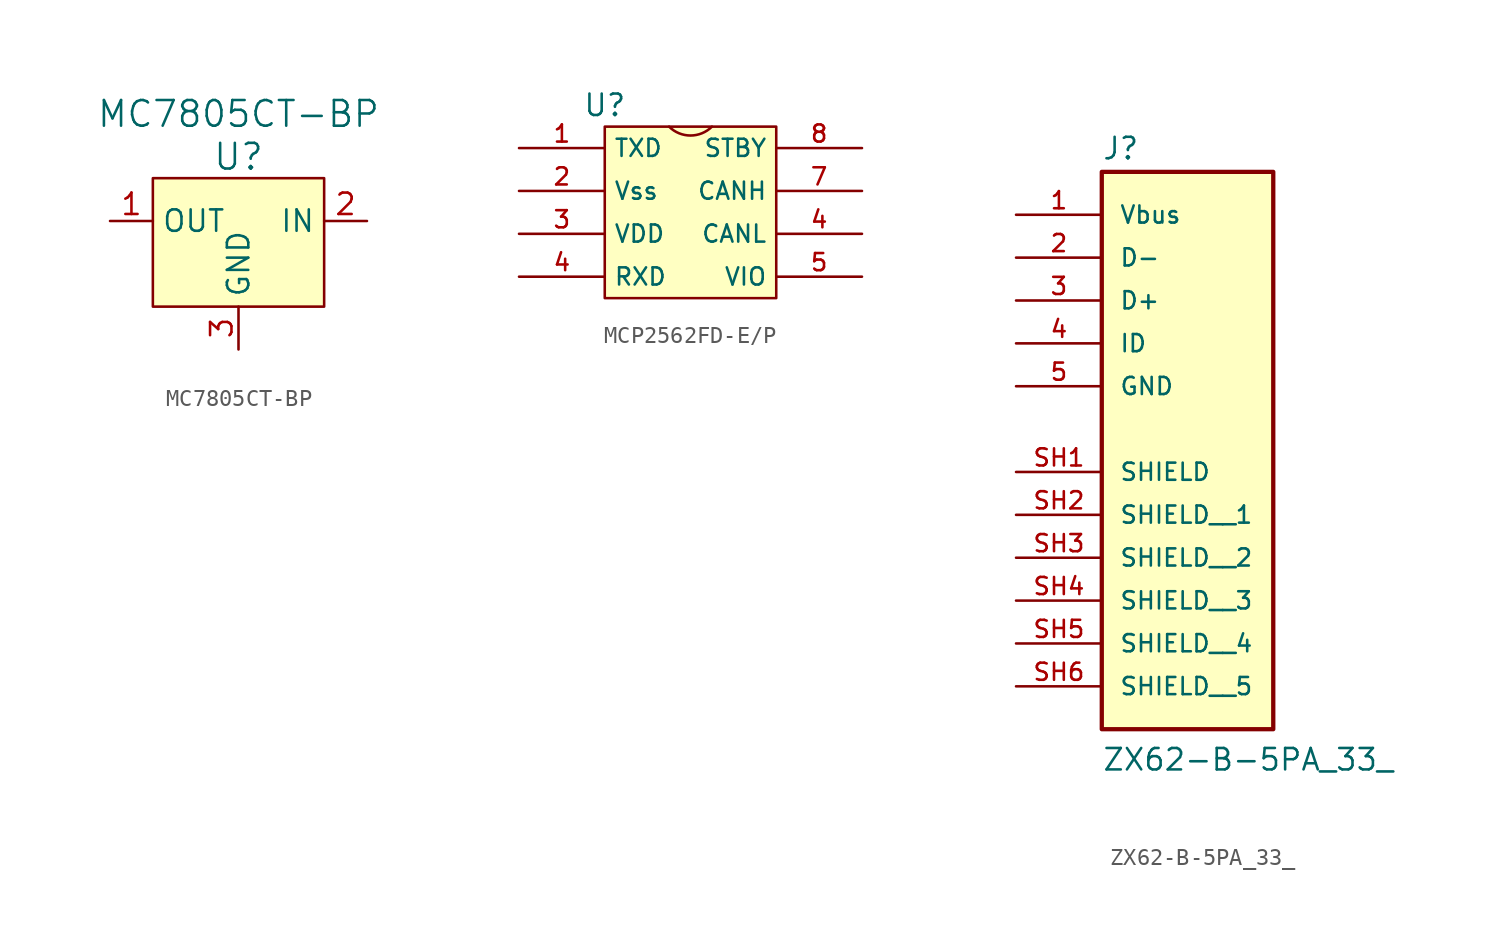
<source format=kicad_sym>
(kicad_symbol_lib
  (version 20220914)
  (generator kicad_symbol_editor)
  (symbol "MC7805CT-BP"
    (property "Reference" "U"
      (at 0 3.81 0)
      (effects (font (size 1.524 1.524))))
    (property "Value" "MC7805CT-BP"
      (at 0 6.35 0)
      (effects (font (size 1.524 1.524))))
    (symbol "MC7805CT-BP_0_1"
      (rectangle (start -5.08 2.54) (end 5.08 -5.08) (stroke (width 0) (type solid)) (fill (type background))))
    (symbol "MC7805CT-BP_1_1"
      (pin power_out line (at -7.62 0 0) (length 2.54) (name "OUT" (effects (font (size 1.27 1.27)))) (number "1" (effects (font (size 1.27 1.27)))))
      (pin power_in line (at 7.62 0 180) (length 2.54) (name "IN" (effects (font (size 1.27 1.27)))) (number "2" (effects (font (size 1.27 1.27)))))
      (pin power_in line (at 0 -7.62 90) (length 2.54) (name "GND" (effects (font (size 1.27 1.27)))) (number "3" (effects (font (size 1.27 1.27)))))))
  (symbol "MCP2562FD-E/P"
    (property "Reference" "U"
      (at 0 1.27 0)
      (effects (font (size 1.27 1.27))))
    (property "Value" ""
      (at 0 0 0)
      (effects (font (size 1.27 1.27))))
    (symbol "MCP2562FD-E/P_1_0"
      (pin passive line (at -5.08 -1.27 0) (length 5.08) (name "TXD" (effects (font (size 1.016 1.016)))) (number "1" (effects (font (size 1.016 1.016)))))
      (pin passive line (at -5.08 -3.81 0) (length 5.08) (name "Vss" (effects (font (size 1.016 1.016)))) (number "2" (effects (font (size 1.016 1.016)))))
      (pin passive line (at -5.08 -6.35 0) (length 5.08) (name "VDD" (effects (font (size 1.016 1.016)))) (number "3" (effects (font (size 1.016 1.016)))))
      (pin passive line (at 15.24 -6.35 180) (length 5.08) (name "CANL" (effects (font (size 1.016 1.016)))) (number "4" (effects (font (size 1.016 1.016)))))
      (pin passive line (at -5.08 -8.89 0) (length 5.08) (name "RXD" (effects (font (size 1.016 1.016)))) (number "4" (effects (font (size 1.016 1.016)))))
      (pin passive line (at 15.24 -8.89 180) (length 5.08) (name "VIO" (effects (font (size 1.016 1.016)))) (number "5" (effects (font (size 1.016 1.016)))))
      (pin passive line (at 15.24 -3.81 180) (length 5.08) (name "CANH" (effects (font (size 1.016 1.016)))) (number "7" (effects (font (size 1.016 1.016)))))
      (pin passive line (at 15.24 -1.27 180) (length 5.08) (name "STBY" (effects (font (size 1.016 1.016)))) (number "8" (effects (font (size 1.016 1.016))))))
    (symbol "MCP2562FD-E/P_1_1"
      (rectangle (start 0 0) (end 10.16 -10.16) (stroke (width 0) (type default)) (fill (type background)))
      (arc (start 3.81 0) (mid 5.08 -0.526) (end 6.35 0) (stroke (width 0) (type default)) (fill (type none)))))
  (symbol "ZX62-B-5PA_33_"
    (pin_names
      (offset 1.016))
    (property "Reference" "J"
      (at -5.085 10.806 0)
      (effects (font (size 1.27 1.27)) (justify left bottom)))
    (property "Value" "ZX62-B-5PA_33_"
      (at -5.082 -25.405 0)
      (effects (font (size 1.27 1.27)) (justify left bottom)))
    (symbol "ZX62-B-5PA_33__0_0"
      (rectangle (start -5.08 10.16) (end 5.08 -22.86) (stroke (width 0.254) (type default)) (fill (type background)))
      (pin passive line (at -10.16 -7.62 0) (length 5.08) (name "SHIELD" (effects (font (size 1.016 1.016)))) (number "SH1" (effects (font (size 1.016 1.016)))))
      (pin passive line (at -10.16 -10.16 0) (length 5.08) (name "SHIELD__1" (effects (font (size 1.016 1.016)))) (number "SH2" (effects (font (size 1.016 1.016)))))
      (pin passive line (at -10.16 -12.7 0) (length 5.08) (name "SHIELD__2" (effects (font (size 1.016 1.016)))) (number "SH3" (effects (font (size 1.016 1.016)))))
      (pin passive line (at -10.16 -15.24 0) (length 5.08) (name "SHIELD__3" (effects (font (size 1.016 1.016)))) (number "SH4" (effects (font (size 1.016 1.016)))))
      (pin passive line (at -10.16 -17.78 0) (length 5.08) (name "SHIELD__4" (effects (font (size 1.016 1.016)))) (number "SH5" (effects (font (size 1.016 1.016)))))
      (pin passive line (at -10.16 -20.32 0) (length 5.08) (name "SHIELD__5" (effects (font (size 1.016 1.016)))) (number "SH6" (effects (font (size 1.016 1.016))))))
    (symbol "ZX62-B-5PA_33__1_0"
      (pin passive line (at -10.16 7.62 0) (length 5.08) (name "Vbus" (effects (font (size 1.016 1.016)))) (number "1" (effects (font (size 1.016 1.016)))))
      (pin passive line (at -10.16 5.08 0) (length 5.08) (name "D-" (effects (font (size 1.016 1.016)))) (number "2" (effects (font (size 1.016 1.016)))))
      (pin passive line (at -10.16 2.54 0) (length 5.08) (name "D+" (effects (font (size 1.016 1.016)))) (number "3" (effects (font (size 1.016 1.016)))))
      (pin passive line (at -10.16 0 0) (length 5.08) (name "ID" (effects (font (size 1.016 1.016)))) (number "4" (effects (font (size 1.016 1.016)))))
      (pin passive line (at -10.16 -2.54 0) (length 5.08) (name "GND" (effects (font (size 1.016 1.016)))) (number "5" (effects (font (size 1.016 1.016))))))))
</source>
